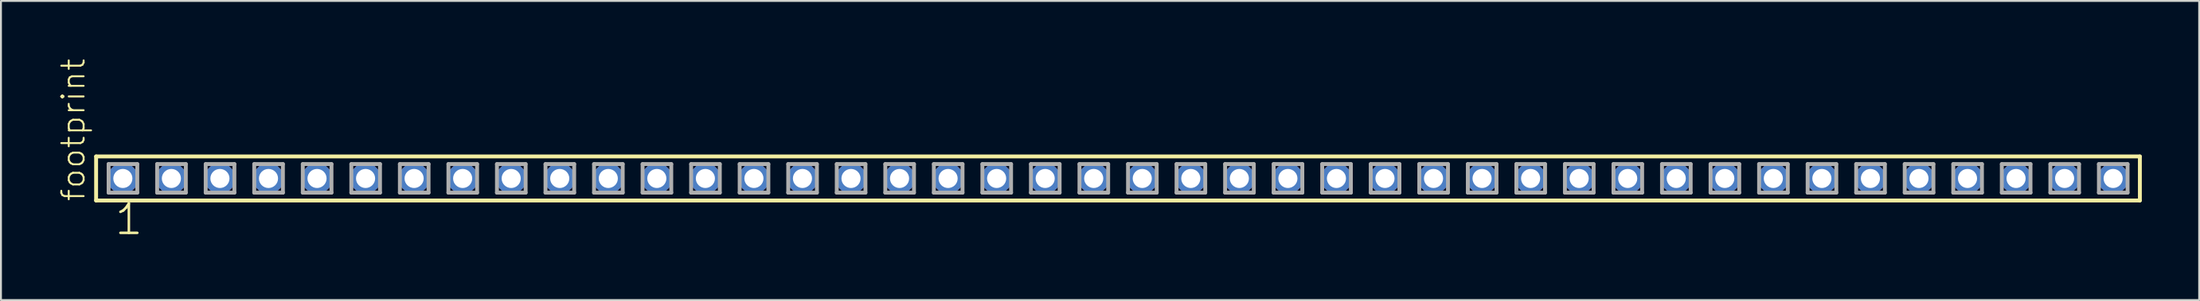
<source format=kicad_pcb>
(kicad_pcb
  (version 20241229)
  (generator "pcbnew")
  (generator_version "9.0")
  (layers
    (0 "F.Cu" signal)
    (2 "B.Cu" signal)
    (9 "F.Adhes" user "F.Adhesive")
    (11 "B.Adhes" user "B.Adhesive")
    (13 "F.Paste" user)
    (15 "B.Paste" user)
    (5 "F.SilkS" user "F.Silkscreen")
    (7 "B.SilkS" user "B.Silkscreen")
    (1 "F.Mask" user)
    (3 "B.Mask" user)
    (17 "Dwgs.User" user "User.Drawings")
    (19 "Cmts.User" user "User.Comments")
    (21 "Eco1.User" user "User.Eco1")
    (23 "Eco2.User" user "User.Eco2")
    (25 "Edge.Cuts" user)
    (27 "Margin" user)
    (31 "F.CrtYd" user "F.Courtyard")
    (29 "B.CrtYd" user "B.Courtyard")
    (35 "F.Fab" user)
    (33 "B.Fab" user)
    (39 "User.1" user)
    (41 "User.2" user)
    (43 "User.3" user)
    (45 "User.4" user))
  (footprint "footprint"
    (layer "F.Cu")
    (at 55.448 6.312)
    (property "Reference" "footprint" (at -53.975 1.27 90) (layer "F.SilkS") (effects (font (size 1.168 1.168) (thickness 0.102)) (justify left bottom)))
    (fp_line (start -53.469 -1.155) (end 53.469 -1.155) (stroke (width 0.203) (type solid)) (layer "F.SilkS"))
    (fp_line (start -53.469 1.155) (end -53.469 -1.155) (stroke (width 0.203) (type solid)) (layer "F.SilkS"))
    (fp_line (start 53.469 -1.155) (end 53.469 1.155) (stroke (width 0.203) (type solid)) (layer "F.SilkS"))
    (fp_line (start 53.469 1.155) (end -53.469 1.155) (stroke (width 0.203) (type solid)) (layer "F.SilkS"))
    (fp_line (start -52.815 -0.755) (end -51.315 -0.755) (stroke (width 0.203) (type solid)) (layer "F.Fab"))
    (fp_line (start -52.815 0.745) (end -52.815 -0.755) (stroke (width 0.203) (type solid)) (layer "F.Fab"))
    (fp_line (start -51.315 -0.755) (end -51.315 0.745) (stroke (width 0.203) (type solid)) (layer "F.Fab"))
    (fp_line (start -51.315 0.745) (end -52.815 0.745) (stroke (width 0.203) (type solid)) (layer "F.Fab"))
    (fp_line (start -50.275 -0.755) (end -48.775 -0.755) (stroke (width 0.203) (type solid)) (layer "F.Fab"))
    (fp_line (start -50.275 0.745) (end -50.275 -0.755) (stroke (width 0.203) (type solid)) (layer "F.Fab"))
    (fp_line (start -48.775 -0.755) (end -48.775 0.745) (stroke (width 0.203) (type solid)) (layer "F.Fab"))
    (fp_line (start -48.775 0.745) (end -50.275 0.745) (stroke (width 0.203) (type solid)) (layer "F.Fab"))
    (fp_line (start -47.735 -0.755) (end -46.235 -0.755) (stroke (width 0.203) (type solid)) (layer "F.Fab"))
    (fp_line (start -47.735 0.745) (end -47.735 -0.755) (stroke (width 0.203) (type solid)) (layer "F.Fab"))
    (fp_line (start -46.235 -0.755) (end -46.235 0.745) (stroke (width 0.203) (type solid)) (layer "F.Fab"))
    (fp_line (start -46.235 0.745) (end -47.735 0.745) (stroke (width 0.203) (type solid)) (layer "F.Fab"))
    (fp_line (start -45.195 -0.755) (end -43.695 -0.755) (stroke (width 0.203) (type solid)) (layer "F.Fab"))
    (fp_line (start -45.195 0.745) (end -45.195 -0.755) (stroke (width 0.203) (type solid)) (layer "F.Fab"))
    (fp_line (start -43.695 -0.755) (end -43.695 0.745) (stroke (width 0.203) (type solid)) (layer "F.Fab"))
    (fp_line (start -43.695 0.745) (end -45.195 0.745) (stroke (width 0.203) (type solid)) (layer "F.Fab"))
    (fp_line (start -42.655 -0.755) (end -41.155 -0.755) (stroke (width 0.203) (type solid)) (layer "F.Fab"))
    (fp_line (start -42.655 0.745) (end -42.655 -0.755) (stroke (width 0.203) (type solid)) (layer "F.Fab"))
    (fp_line (start -41.155 -0.755) (end -41.155 0.745) (stroke (width 0.203) (type solid)) (layer "F.Fab"))
    (fp_line (start -41.155 0.745) (end -42.655 0.745) (stroke (width 0.203) (type solid)) (layer "F.Fab"))
    (fp_line (start -40.115 -0.755) (end -38.615 -0.755) (stroke (width 0.203) (type solid)) (layer "F.Fab"))
    (fp_line (start -40.115 0.745) (end -40.115 -0.755) (stroke (width 0.203) (type solid)) (layer "F.Fab"))
    (fp_line (start -38.615 -0.755) (end -38.615 0.745) (stroke (width 0.203) (type solid)) (layer "F.Fab"))
    (fp_line (start -38.615 0.745) (end -40.115 0.745) (stroke (width 0.203) (type solid)) (layer "F.Fab"))
    (fp_line (start -37.575 -0.755) (end -36.075 -0.755) (stroke (width 0.203) (type solid)) (layer "F.Fab"))
    (fp_line (start -37.575 0.745) (end -37.575 -0.755) (stroke (width 0.203) (type solid)) (layer "F.Fab"))
    (fp_line (start -36.075 -0.755) (end -36.075 0.745) (stroke (width 0.203) (type solid)) (layer "F.Fab"))
    (fp_line (start -36.075 0.745) (end -37.575 0.745) (stroke (width 0.203) (type solid)) (layer "F.Fab"))
    (fp_line (start -35.035 -0.755) (end -33.535 -0.755) (stroke (width 0.203) (type solid)) (layer "F.Fab"))
    (fp_line (start -35.035 0.745) (end -35.035 -0.755) (stroke (width 0.203) (type solid)) (layer "F.Fab"))
    (fp_line (start -33.535 -0.755) (end -33.535 0.745) (stroke (width 0.203) (type solid)) (layer "F.Fab"))
    (fp_line (start -33.535 0.745) (end -35.035 0.745) (stroke (width 0.203) (type solid)) (layer "F.Fab"))
    (fp_line (start -32.495 -0.755) (end -30.995 -0.755) (stroke (width 0.203) (type solid)) (layer "F.Fab"))
    (fp_line (start -32.495 0.745) (end -32.495 -0.755) (stroke (width 0.203) (type solid)) (layer "F.Fab"))
    (fp_line (start -30.995 -0.755) (end -30.995 0.745) (stroke (width 0.203) (type solid)) (layer "F.Fab"))
    (fp_line (start -30.995 0.745) (end -32.495 0.745) (stroke (width 0.203) (type solid)) (layer "F.Fab"))
    (fp_line (start -29.955 -0.755) (end -28.455 -0.755) (stroke (width 0.203) (type solid)) (layer "F.Fab"))
    (fp_line (start -29.955 0.745) (end -29.955 -0.755) (stroke (width 0.203) (type solid)) (layer "F.Fab"))
    (fp_line (start -28.455 -0.755) (end -28.455 0.745) (stroke (width 0.203) (type solid)) (layer "F.Fab"))
    (fp_line (start -28.455 0.745) (end -29.955 0.745) (stroke (width 0.203) (type solid)) (layer "F.Fab"))
    (fp_line (start -27.415 -0.755) (end -25.915 -0.755) (stroke (width 0.203) (type solid)) (layer "F.Fab"))
    (fp_line (start -27.415 0.745) (end -27.415 -0.755) (stroke (width 0.203) (type solid)) (layer "F.Fab"))
    (fp_line (start -25.915 -0.755) (end -25.915 0.745) (stroke (width 0.203) (type solid)) (layer "F.Fab"))
    (fp_line (start -25.915 0.745) (end -27.415 0.745) (stroke (width 0.203) (type solid)) (layer "F.Fab"))
    (fp_line (start -24.875 -0.755) (end -23.375 -0.755) (stroke (width 0.203) (type solid)) (layer "F.Fab"))
    (fp_line (start -24.875 0.745) (end -24.875 -0.755) (stroke (width 0.203) (type solid)) (layer "F.Fab"))
    (fp_line (start -23.375 -0.755) (end -23.375 0.745) (stroke (width 0.203) (type solid)) (layer "F.Fab"))
    (fp_line (start -23.375 0.745) (end -24.875 0.745) (stroke (width 0.203) (type solid)) (layer "F.Fab"))
    (fp_line (start -22.335 -0.755) (end -20.835 -0.755) (stroke (width 0.203) (type solid)) (layer "F.Fab"))
    (fp_line (start -22.335 0.745) (end -22.335 -0.755) (stroke (width 0.203) (type solid)) (layer "F.Fab"))
    (fp_line (start -20.835 -0.755) (end -20.835 0.745) (stroke (width 0.203) (type solid)) (layer "F.Fab"))
    (fp_line (start -20.835 0.745) (end -22.335 0.745) (stroke (width 0.203) (type solid)) (layer "F.Fab"))
    (fp_line (start -19.795 -0.755) (end -18.295 -0.755) (stroke (width 0.203) (type solid)) (layer "F.Fab"))
    (fp_line (start -19.795 0.745) (end -19.795 -0.755) (stroke (width 0.203) (type solid)) (layer "F.Fab"))
    (fp_line (start -18.295 -0.755) (end -18.295 0.745) (stroke (width 0.203) (type solid)) (layer "F.Fab"))
    (fp_line (start -18.295 0.745) (end -19.795 0.745) (stroke (width 0.203) (type solid)) (layer "F.Fab"))
    (fp_line (start -17.255 -0.755) (end -15.755 -0.755) (stroke (width 0.203) (type solid)) (layer "F.Fab"))
    (fp_line (start -17.255 0.745) (end -17.255 -0.755) (stroke (width 0.203) (type solid)) (layer "F.Fab"))
    (fp_line (start -15.755 -0.755) (end -15.755 0.745) (stroke (width 0.203) (type solid)) (layer "F.Fab"))
    (fp_line (start -15.755 0.745) (end -17.255 0.745) (stroke (width 0.203) (type solid)) (layer "F.Fab"))
    (fp_line (start -14.715 -0.755) (end -13.215 -0.755) (stroke (width 0.203) (type solid)) (layer "F.Fab"))
    (fp_line (start -14.715 0.745) (end -14.715 -0.755) (stroke (width 0.203) (type solid)) (layer "F.Fab"))
    (fp_line (start -13.215 -0.755) (end -13.215 0.745) (stroke (width 0.203) (type solid)) (layer "F.Fab"))
    (fp_line (start -13.215 0.745) (end -14.715 0.745) (stroke (width 0.203) (type solid)) (layer "F.Fab"))
    (fp_line (start -12.175 -0.755) (end -10.675 -0.755) (stroke (width 0.203) (type solid)) (layer "F.Fab"))
    (fp_line (start -12.175 0.745) (end -12.175 -0.755) (stroke (width 0.203) (type solid)) (layer "F.Fab"))
    (fp_line (start -10.675 -0.755) (end -10.675 0.745) (stroke (width 0.203) (type solid)) (layer "F.Fab"))
    (fp_line (start -10.675 0.745) (end -12.175 0.745) (stroke (width 0.203) (type solid)) (layer "F.Fab"))
    (fp_line (start -9.635 -0.755) (end -8.135 -0.755) (stroke (width 0.203) (type solid)) (layer "F.Fab"))
    (fp_line (start -9.635 0.745) (end -9.635 -0.755) (stroke (width 0.203) (type solid)) (layer "F.Fab"))
    (fp_line (start -8.135 -0.755) (end -8.135 0.745) (stroke (width 0.203) (type solid)) (layer "F.Fab"))
    (fp_line (start -8.135 0.745) (end -9.635 0.745) (stroke (width 0.203) (type solid)) (layer "F.Fab"))
    (fp_line (start -7.095 -0.755) (end -5.595 -0.755) (stroke (width 0.203) (type solid)) (layer "F.Fab"))
    (fp_line (start -7.095 0.745) (end -7.095 -0.755) (stroke (width 0.203) (type solid)) (layer "F.Fab"))
    (fp_line (start -5.595 -0.755) (end -5.595 0.745) (stroke (width 0.203) (type solid)) (layer "F.Fab"))
    (fp_line (start -5.595 0.745) (end -7.095 0.745) (stroke (width 0.203) (type solid)) (layer "F.Fab"))
    (fp_line (start -4.555 -0.755) (end -3.055 -0.755) (stroke (width 0.203) (type solid)) (layer "F.Fab"))
    (fp_line (start -4.555 0.745) (end -4.555 -0.755) (stroke (width 0.203) (type solid)) (layer "F.Fab"))
    (fp_line (start -3.055 -0.755) (end -3.055 0.745) (stroke (width 0.203) (type solid)) (layer "F.Fab"))
    (fp_line (start -3.055 0.745) (end -4.555 0.745) (stroke (width 0.203) (type solid)) (layer "F.Fab"))
    (fp_line (start -2.015 -0.755) (end -0.515 -0.755) (stroke (width 0.203) (type solid)) (layer "F.Fab"))
    (fp_line (start -2.015 0.745) (end -2.015 -0.755) (stroke (width 0.203) (type solid)) (layer "F.Fab"))
    (fp_line (start -0.515 -0.755) (end -0.515 0.745) (stroke (width 0.203) (type solid)) (layer "F.Fab"))
    (fp_line (start -0.515 0.745) (end -2.015 0.745) (stroke (width 0.203) (type solid)) (layer "F.Fab"))
    (fp_line (start 0.525 -0.755) (end 2.025 -0.755) (stroke (width 0.203) (type solid)) (layer "F.Fab"))
    (fp_line (start 0.525 0.745) (end 0.525 -0.755) (stroke (width 0.203) (type solid)) (layer "F.Fab"))
    (fp_line (start 2.025 -0.755) (end 2.025 0.745) (stroke (width 0.203) (type solid)) (layer "F.Fab"))
    (fp_line (start 2.025 0.745) (end 0.525 0.745) (stroke (width 0.203) (type solid)) (layer "F.Fab"))
    (fp_line (start 3.065 -0.755) (end 4.565 -0.755) (stroke (width 0.203) (type solid)) (layer "F.Fab"))
    (fp_line (start 3.065 0.745) (end 3.065 -0.755) (stroke (width 0.203) (type solid)) (layer "F.Fab"))
    (fp_line (start 4.565 -0.755) (end 4.565 0.745) (stroke (width 0.203) (type solid)) (layer "F.Fab"))
    (fp_line (start 4.565 0.745) (end 3.065 0.745) (stroke (width 0.203) (type solid)) (layer "F.Fab"))
    (fp_line (start 5.605 -0.755) (end 7.105 -0.755) (stroke (width 0.203) (type solid)) (layer "F.Fab"))
    (fp_line (start 5.605 0.745) (end 5.605 -0.755) (stroke (width 0.203) (type solid)) (layer "F.Fab"))
    (fp_line (start 7.105 -0.755) (end 7.105 0.745) (stroke (width 0.203) (type solid)) (layer "F.Fab"))
    (fp_line (start 7.105 0.745) (end 5.605 0.745) (stroke (width 0.203) (type solid)) (layer "F.Fab"))
    (fp_line (start 8.145 -0.755) (end 9.645 -0.755) (stroke (width 0.203) (type solid)) (layer "F.Fab"))
    (fp_line (start 8.145 0.745) (end 8.145 -0.755) (stroke (width 0.203) (type solid)) (layer "F.Fab"))
    (fp_line (start 9.645 -0.755) (end 9.645 0.745) (stroke (width 0.203) (type solid)) (layer "F.Fab"))
    (fp_line (start 9.645 0.745) (end 8.145 0.745) (stroke (width 0.203) (type solid)) (layer "F.Fab"))
    (fp_line (start 10.685 -0.755) (end 12.185 -0.755) (stroke (width 0.203) (type solid)) (layer "F.Fab"))
    (fp_line (start 10.685 0.745) (end 10.685 -0.755) (stroke (width 0.203) (type solid)) (layer "F.Fab"))
    (fp_line (start 12.185 -0.755) (end 12.185 0.745) (stroke (width 0.203) (type solid)) (layer "F.Fab"))
    (fp_line (start 12.185 0.745) (end 10.685 0.745) (stroke (width 0.203) (type solid)) (layer "F.Fab"))
    (fp_line (start 13.225 -0.755) (end 14.725 -0.755) (stroke (width 0.203) (type solid)) (layer "F.Fab"))
    (fp_line (start 13.225 0.745) (end 13.225 -0.755) (stroke (width 0.203) (type solid)) (layer "F.Fab"))
    (fp_line (start 14.725 -0.755) (end 14.725 0.745) (stroke (width 0.203) (type solid)) (layer "F.Fab"))
    (fp_line (start 14.725 0.745) (end 13.225 0.745) (stroke (width 0.203) (type solid)) (layer "F.Fab"))
    (fp_line (start 15.765 -0.755) (end 17.265 -0.755) (stroke (width 0.203) (type solid)) (layer "F.Fab"))
    (fp_line (start 15.765 0.745) (end 15.765 -0.755) (stroke (width 0.203) (type solid)) (layer "F.Fab"))
    (fp_line (start 17.265 -0.755) (end 17.265 0.745) (stroke (width 0.203) (type solid)) (layer "F.Fab"))
    (fp_line (start 17.265 0.745) (end 15.765 0.745) (stroke (width 0.203) (type solid)) (layer "F.Fab"))
    (fp_line (start 18.305 -0.755) (end 19.805 -0.755) (stroke (width 0.203) (type solid)) (layer "F.Fab"))
    (fp_line (start 18.305 0.745) (end 18.305 -0.755) (stroke (width 0.203) (type solid)) (layer "F.Fab"))
    (fp_line (start 19.805 -0.755) (end 19.805 0.745) (stroke (width 0.203) (type solid)) (layer "F.Fab"))
    (fp_line (start 19.805 0.745) (end 18.305 0.745) (stroke (width 0.203) (type solid)) (layer "F.Fab"))
    (fp_line (start 20.845 -0.755) (end 22.345 -0.755) (stroke (width 0.203) (type solid)) (layer "F.Fab"))
    (fp_line (start 20.845 0.745) (end 20.845 -0.755) (stroke (width 0.203) (type solid)) (layer "F.Fab"))
    (fp_line (start 22.345 -0.755) (end 22.345 0.745) (stroke (width 0.203) (type solid)) (layer "F.Fab"))
    (fp_line (start 22.345 0.745) (end 20.845 0.745) (stroke (width 0.203) (type solid)) (layer "F.Fab"))
    (fp_line (start 23.385 -0.755) (end 24.885 -0.755) (stroke (width 0.203) (type solid)) (layer "F.Fab"))
    (fp_line (start 23.385 0.745) (end 23.385 -0.755) (stroke (width 0.203) (type solid)) (layer "F.Fab"))
    (fp_line (start 24.885 -0.755) (end 24.885 0.745) (stroke (width 0.203) (type solid)) (layer "F.Fab"))
    (fp_line (start 24.885 0.745) (end 23.385 0.745) (stroke (width 0.203) (type solid)) (layer "F.Fab"))
    (fp_line (start 25.925 -0.755) (end 27.425 -0.755) (stroke (width 0.203) (type solid)) (layer "F.Fab"))
    (fp_line (start 25.925 0.745) (end 25.925 -0.755) (stroke (width 0.203) (type solid)) (layer "F.Fab"))
    (fp_line (start 27.425 -0.755) (end 27.425 0.745) (stroke (width 0.203) (type solid)) (layer "F.Fab"))
    (fp_line (start 27.425 0.745) (end 25.925 0.745) (stroke (width 0.203) (type solid)) (layer "F.Fab"))
    (fp_line (start 28.465 -0.755) (end 29.965 -0.755) (stroke (width 0.203) (type solid)) (layer "F.Fab"))
    (fp_line (start 28.465 0.745) (end 28.465 -0.755) (stroke (width 0.203) (type solid)) (layer "F.Fab"))
    (fp_line (start 29.965 -0.755) (end 29.965 0.745) (stroke (width 0.203) (type solid)) (layer "F.Fab"))
    (fp_line (start 29.965 0.745) (end 28.465 0.745) (stroke (width 0.203) (type solid)) (layer "F.Fab"))
    (fp_line (start 31.005 -0.755) (end 32.505 -0.755) (stroke (width 0.203) (type solid)) (layer "F.Fab"))
    (fp_line (start 31.005 0.745) (end 31.005 -0.755) (stroke (width 0.203) (type solid)) (layer "F.Fab"))
    (fp_line (start 32.505 -0.755) (end 32.505 0.745) (stroke (width 0.203) (type solid)) (layer "F.Fab"))
    (fp_line (start 32.505 0.745) (end 31.005 0.745) (stroke (width 0.203) (type solid)) (layer "F.Fab"))
    (fp_line (start 33.545 -0.755) (end 35.045 -0.755) (stroke (width 0.203) (type solid)) (layer "F.Fab"))
    (fp_line (start 33.545 0.745) (end 33.545 -0.755) (stroke (width 0.203) (type solid)) (layer "F.Fab"))
    (fp_line (start 35.045 -0.755) (end 35.045 0.745) (stroke (width 0.203) (type solid)) (layer "F.Fab"))
    (fp_line (start 35.045 0.745) (end 33.545 0.745) (stroke (width 0.203) (type solid)) (layer "F.Fab"))
    (fp_line (start 36.085 -0.755) (end 37.585 -0.755) (stroke (width 0.203) (type solid)) (layer "F.Fab"))
    (fp_line (start 36.085 0.745) (end 36.085 -0.755) (stroke (width 0.203) (type solid)) (layer "F.Fab"))
    (fp_line (start 37.585 -0.755) (end 37.585 0.745) (stroke (width 0.203) (type solid)) (layer "F.Fab"))
    (fp_line (start 37.585 0.745) (end 36.085 0.745) (stroke (width 0.203) (type solid)) (layer "F.Fab"))
    (fp_line (start 38.625 -0.755) (end 40.125 -0.755) (stroke (width 0.203) (type solid)) (layer "F.Fab"))
    (fp_line (start 38.625 0.745) (end 38.625 -0.755) (stroke (width 0.203) (type solid)) (layer "F.Fab"))
    (fp_line (start 40.125 -0.755) (end 40.125 0.745) (stroke (width 0.203) (type solid)) (layer "F.Fab"))
    (fp_line (start 40.125 0.745) (end 38.625 0.745) (stroke (width 0.203) (type solid)) (layer "F.Fab"))
    (fp_line (start 41.165 -0.755) (end 42.665 -0.755) (stroke (width 0.203) (type solid)) (layer "F.Fab"))
    (fp_line (start 41.165 0.745) (end 41.165 -0.755) (stroke (width 0.203) (type solid)) (layer "F.Fab"))
    (fp_line (start 42.665 -0.755) (end 42.665 0.745) (stroke (width 0.203) (type solid)) (layer "F.Fab"))
    (fp_line (start 42.665 0.745) (end 41.165 0.745) (stroke (width 0.203) (type solid)) (layer "F.Fab"))
    (fp_line (start 43.705 -0.755) (end 45.205 -0.755) (stroke (width 0.203) (type solid)) (layer "F.Fab"))
    (fp_line (start 43.705 0.745) (end 43.705 -0.755) (stroke (width 0.203) (type solid)) (layer "F.Fab"))
    (fp_line (start 45.205 -0.755) (end 45.205 0.745) (stroke (width 0.203) (type solid)) (layer "F.Fab"))
    (fp_line (start 45.205 0.745) (end 43.705 0.745) (stroke (width 0.203) (type solid)) (layer "F.Fab"))
    (fp_line (start 46.245 -0.755) (end 47.745 -0.755) (stroke (width 0.203) (type solid)) (layer "F.Fab"))
    (fp_line (start 46.245 0.745) (end 46.245 -0.755) (stroke (width 0.203) (type solid)) (layer "F.Fab"))
    (fp_line (start 47.745 -0.755) (end 47.745 0.745) (stroke (width 0.203) (type solid)) (layer "F.Fab"))
    (fp_line (start 47.745 0.745) (end 46.245 0.745) (stroke (width 0.203) (type solid)) (layer "F.Fab"))
    (fp_line (start 48.785 -0.755) (end 50.285 -0.755) (stroke (width 0.203) (type solid)) (layer "F.Fab"))
    (fp_line (start 48.785 0.745) (end 48.785 -0.755) (stroke (width 0.203) (type solid)) (layer "F.Fab"))
    (fp_line (start 50.285 -0.755) (end 50.285 0.745) (stroke (width 0.203) (type solid)) (layer "F.Fab"))
    (fp_line (start 50.285 0.745) (end 48.785 0.745) (stroke (width 0.203) (type solid)) (layer "F.Fab"))
    (fp_line (start 51.325 -0.755) (end 52.825 -0.755) (stroke (width 0.203) (type solid)) (layer "F.Fab"))
    (fp_line (start 51.325 0.745) (end 51.325 -0.755) (stroke (width 0.203) (type solid)) (layer "F.Fab"))
    (fp_line (start 52.825 -0.755) (end 52.825 0.745) (stroke (width 0.203) (type solid)) (layer "F.Fab"))
    (fp_line (start 52.825 0.745) (end 51.325 0.745) (stroke (width 0.203) (type solid)) (layer "F.Fab"))
    (fp_text user "1" (at -52.578 3.048 0) (layer "F.SilkS") (effects (font (size 1.542 1.542) (thickness 0.134)) (justify left bottom)))
    (pad "1" thru_hole roundrect (at -52.07 0) (size 1.5 1.5) (drill 1) (layers "*.Cu" "*.Mask") (roundrect_rratio 0.25) (chamfer_ratio 0.25) (chamfer top_left top_right bottom_left bottom_right))
    (pad "2" thru_hole roundrect (at -49.53 0) (size 1.5 1.5) (drill 1) (layers "*.Cu" "*.Mask") (roundrect_rratio 0.25) (chamfer_ratio 0.25) (chamfer top_left top_right bottom_left bottom_right))
    (pad "3" thru_hole roundrect (at -46.99 0) (size 1.5 1.5) (drill 1) (layers "*.Cu" "*.Mask") (roundrect_rratio 0.25) (chamfer_ratio 0.25) (chamfer top_left top_right bottom_left bottom_right))
    (pad "4" thru_hole roundrect (at -44.45 0) (size 1.5 1.5) (drill 1) (layers "*.Cu" "*.Mask") (roundrect_rratio 0.25) (chamfer_ratio 0.25) (chamfer top_left top_right bottom_left bottom_right))
    (pad "5" thru_hole roundrect (at -41.91 0) (size 1.5 1.5) (drill 1) (layers "*.Cu" "*.Mask") (roundrect_rratio 0.25) (chamfer_ratio 0.25) (chamfer top_left top_right bottom_left bottom_right))
    (pad "6" thru_hole roundrect (at -39.37 0) (size 1.5 1.5) (drill 1) (layers "*.Cu" "*.Mask") (roundrect_rratio 0.25) (chamfer_ratio 0.25) (chamfer top_left top_right bottom_left bottom_right))
    (pad "7" thru_hole roundrect (at -36.83 0) (size 1.5 1.5) (drill 1) (layers "*.Cu" "*.Mask") (roundrect_rratio 0.25) (chamfer_ratio 0.25) (chamfer top_left top_right bottom_left bottom_right))
    (pad "8" thru_hole roundrect (at -34.29 0) (size 1.5 1.5) (drill 1) (layers "*.Cu" "*.Mask") (roundrect_rratio 0.25) (chamfer_ratio 0.25) (chamfer top_left top_right bottom_left bottom_right))
    (pad "9" thru_hole roundrect (at -31.75 0) (size 1.5 1.5) (drill 1) (layers "*.Cu" "*.Mask") (roundrect_rratio 0.25) (chamfer_ratio 0.25) (chamfer top_left top_right bottom_left bottom_right))
    (pad "10" thru_hole roundrect (at -29.21 0) (size 1.5 1.5) (drill 1) (layers "*.Cu" "*.Mask") (roundrect_rratio 0.25) (chamfer_ratio 0.25) (chamfer top_left top_right bottom_left bottom_right))
    (pad "11" thru_hole roundrect (at -26.67 0) (size 1.5 1.5) (drill 1) (layers "*.Cu" "*.Mask") (roundrect_rratio 0.25) (chamfer_ratio 0.25) (chamfer top_left top_right bottom_left bottom_right))
    (pad "12" thru_hole roundrect (at -24.13 0) (size 1.5 1.5) (drill 1) (layers "*.Cu" "*.Mask") (roundrect_rratio 0.25) (chamfer_ratio 0.25) (chamfer top_left top_right bottom_left bottom_right))
    (pad "13" thru_hole roundrect (at -21.59 0) (size 1.5 1.5) (drill 1) (layers "*.Cu" "*.Mask") (roundrect_rratio 0.25) (chamfer_ratio 0.25) (chamfer top_left top_right bottom_left bottom_right))
    (pad "14" thru_hole roundrect (at -19.05 0) (size 1.5 1.5) (drill 1) (layers "*.Cu" "*.Mask") (roundrect_rratio 0.25) (chamfer_ratio 0.25) (chamfer top_left top_right bottom_left bottom_right))
    (pad "15" thru_hole roundrect (at -16.51 0) (size 1.5 1.5) (drill 1) (layers "*.Cu" "*.Mask") (roundrect_rratio 0.25) (chamfer_ratio 0.25) (chamfer top_left top_right bottom_left bottom_right))
    (pad "16" thru_hole roundrect (at -13.97 0) (size 1.5 1.5) (drill 1) (layers "*.Cu" "*.Mask") (roundrect_rratio 0.25) (chamfer_ratio 0.25) (chamfer top_left top_right bottom_left bottom_right))
    (pad "17" thru_hole roundrect (at -11.43 0) (size 1.5 1.5) (drill 1) (layers "*.Cu" "*.Mask") (roundrect_rratio 0.25) (chamfer_ratio 0.25) (chamfer top_left top_right bottom_left bottom_right))
    (pad "18" thru_hole roundrect (at -8.89 0) (size 1.5 1.5) (drill 1) (layers "*.Cu" "*.Mask") (roundrect_rratio 0.25) (chamfer_ratio 0.25) (chamfer top_left top_right bottom_left bottom_right))
    (pad "19" thru_hole roundrect (at -6.35 0) (size 1.5 1.5) (drill 1) (layers "*.Cu" "*.Mask") (roundrect_rratio 0.25) (chamfer_ratio 0.25) (chamfer top_left top_right bottom_left bottom_right))
    (pad "20" thru_hole roundrect (at -3.81 0) (size 1.5 1.5) (drill 1) (layers "*.Cu" "*.Mask") (roundrect_rratio 0.25) (chamfer_ratio 0.25) (chamfer top_left top_right bottom_left bottom_right))
    (pad "21" thru_hole roundrect (at -1.27 0) (size 1.5 1.5) (drill 1) (layers "*.Cu" "*.Mask") (roundrect_rratio 0.25) (chamfer_ratio 0.25) (chamfer top_left top_right bottom_left bottom_right))
    (pad "22" thru_hole roundrect (at 1.27 0) (size 1.5 1.5) (drill 1) (layers "*.Cu" "*.Mask") (roundrect_rratio 0.25) (chamfer_ratio 0.25) (chamfer top_left top_right bottom_left bottom_right))
    (pad "23" thru_hole roundrect (at 3.81 0) (size 1.5 1.5) (drill 1) (layers "*.Cu" "*.Mask") (roundrect_rratio 0.25) (chamfer_ratio 0.25) (chamfer top_left top_right bottom_left bottom_right))
    (pad "24" thru_hole roundrect (at 6.35 0) (size 1.5 1.5) (drill 1) (layers "*.Cu" "*.Mask") (roundrect_rratio 0.25) (chamfer_ratio 0.25) (chamfer top_left top_right bottom_left bottom_right))
    (pad "25" thru_hole roundrect (at 8.89 0) (size 1.5 1.5) (drill 1) (layers "*.Cu" "*.Mask") (roundrect_rratio 0.25) (chamfer_ratio 0.25) (chamfer top_left top_right bottom_left bottom_right))
    (pad "26" thru_hole roundrect (at 11.43 0) (size 1.5 1.5) (drill 1) (layers "*.Cu" "*.Mask") (roundrect_rratio 0.25) (chamfer_ratio 0.25) (chamfer top_left top_right bottom_left bottom_right))
    (pad "27" thru_hole roundrect (at 13.97 0) (size 1.5 1.5) (drill 1) (layers "*.Cu" "*.Mask") (roundrect_rratio 0.25) (chamfer_ratio 0.25) (chamfer top_left top_right bottom_left bottom_right))
    (pad "28" thru_hole roundrect (at 16.51 0) (size 1.5 1.5) (drill 1) (layers "*.Cu" "*.Mask") (roundrect_rratio 0.25) (chamfer_ratio 0.25) (chamfer top_left top_right bottom_left bottom_right))
    (pad "29" thru_hole roundrect (at 19.05 0) (size 1.5 1.5) (drill 1) (layers "*.Cu" "*.Mask") (roundrect_rratio 0.25) (chamfer_ratio 0.25) (chamfer top_left top_right bottom_left bottom_right))
    (pad "30" thru_hole roundrect (at 21.59 0) (size 1.5 1.5) (drill 1) (layers "*.Cu" "*.Mask") (roundrect_rratio 0.25) (chamfer_ratio 0.25) (chamfer top_left top_right bottom_left bottom_right))
    (pad "31" thru_hole roundrect (at 24.13 0) (size 1.5 1.5) (drill 1) (layers "*.Cu" "*.Mask") (roundrect_rratio 0.25) (chamfer_ratio 0.25) (chamfer top_left top_right bottom_left bottom_right))
    (pad "32" thru_hole roundrect (at 26.67 0) (size 1.5 1.5) (drill 1) (layers "*.Cu" "*.Mask") (roundrect_rratio 0.25) (chamfer_ratio 0.25) (chamfer top_left top_right bottom_left bottom_right))
    (pad "33" thru_hole roundrect (at 29.21 0) (size 1.5 1.5) (drill 1) (layers "*.Cu" "*.Mask") (roundrect_rratio 0.25) (chamfer_ratio 0.25) (chamfer top_left top_right bottom_left bottom_right))
    (pad "34" thru_hole roundrect (at 31.75 0) (size 1.5 1.5) (drill 1) (layers "*.Cu" "*.Mask") (roundrect_rratio 0.25) (chamfer_ratio 0.25) (chamfer top_left top_right bottom_left bottom_right))
    (pad "35" thru_hole roundrect (at 34.29 0) (size 1.5 1.5) (drill 1) (layers "*.Cu" "*.Mask") (roundrect_rratio 0.25) (chamfer_ratio 0.25) (chamfer top_left top_right bottom_left bottom_right))
    (pad "36" thru_hole roundrect (at 36.83 0) (size 1.5 1.5) (drill 1) (layers "*.Cu" "*.Mask") (roundrect_rratio 0.25) (chamfer_ratio 0.25) (chamfer top_left top_right bottom_left bottom_right))
    (pad "37" thru_hole roundrect (at 39.37 0) (size 1.5 1.5) (drill 1) (layers "*.Cu" "*.Mask") (roundrect_rratio 0.25) (chamfer_ratio 0.25) (chamfer top_left top_right bottom_left bottom_right))
    (pad "38" thru_hole roundrect (at 41.91 0) (size 1.5 1.5) (drill 1) (layers "*.Cu" "*.Mask") (roundrect_rratio 0.25) (chamfer_ratio 0.25) (chamfer top_left top_right bottom_left bottom_right))
    (pad "39" thru_hole roundrect (at 44.45 0) (size 1.5 1.5) (drill 1) (layers "*.Cu" "*.Mask") (roundrect_rratio 0.25) (chamfer_ratio 0.25) (chamfer top_left top_right bottom_left bottom_right))
    (pad "40" thru_hole roundrect (at 46.99 0) (size 1.5 1.5) (drill 1) (layers "*.Cu" "*.Mask") (roundrect_rratio 0.25) (chamfer_ratio 0.25) (chamfer top_left top_right bottom_left bottom_right))
    (pad "41" thru_hole roundrect (at 49.53 0) (size 1.5 1.5) (drill 1) (layers "*.Cu" "*.Mask") (roundrect_rratio 0.25) (chamfer_ratio 0.25) (chamfer top_left top_right bottom_left bottom_right))
    (pad "42" thru_hole roundrect (at 52.07 0) (size 1.5 1.5) (drill 1) (layers "*.Cu" "*.Mask") (roundrect_rratio 0.25) (chamfer_ratio 0.25) (chamfer top_left top_right bottom_left bottom_right)))
  (gr_rect
    (start -3 -3)
    (end 112.019 12.691)
    (stroke (width 0.1) (type default))
    (fill no)
    (layer "Edge.Cuts")))
</source>
